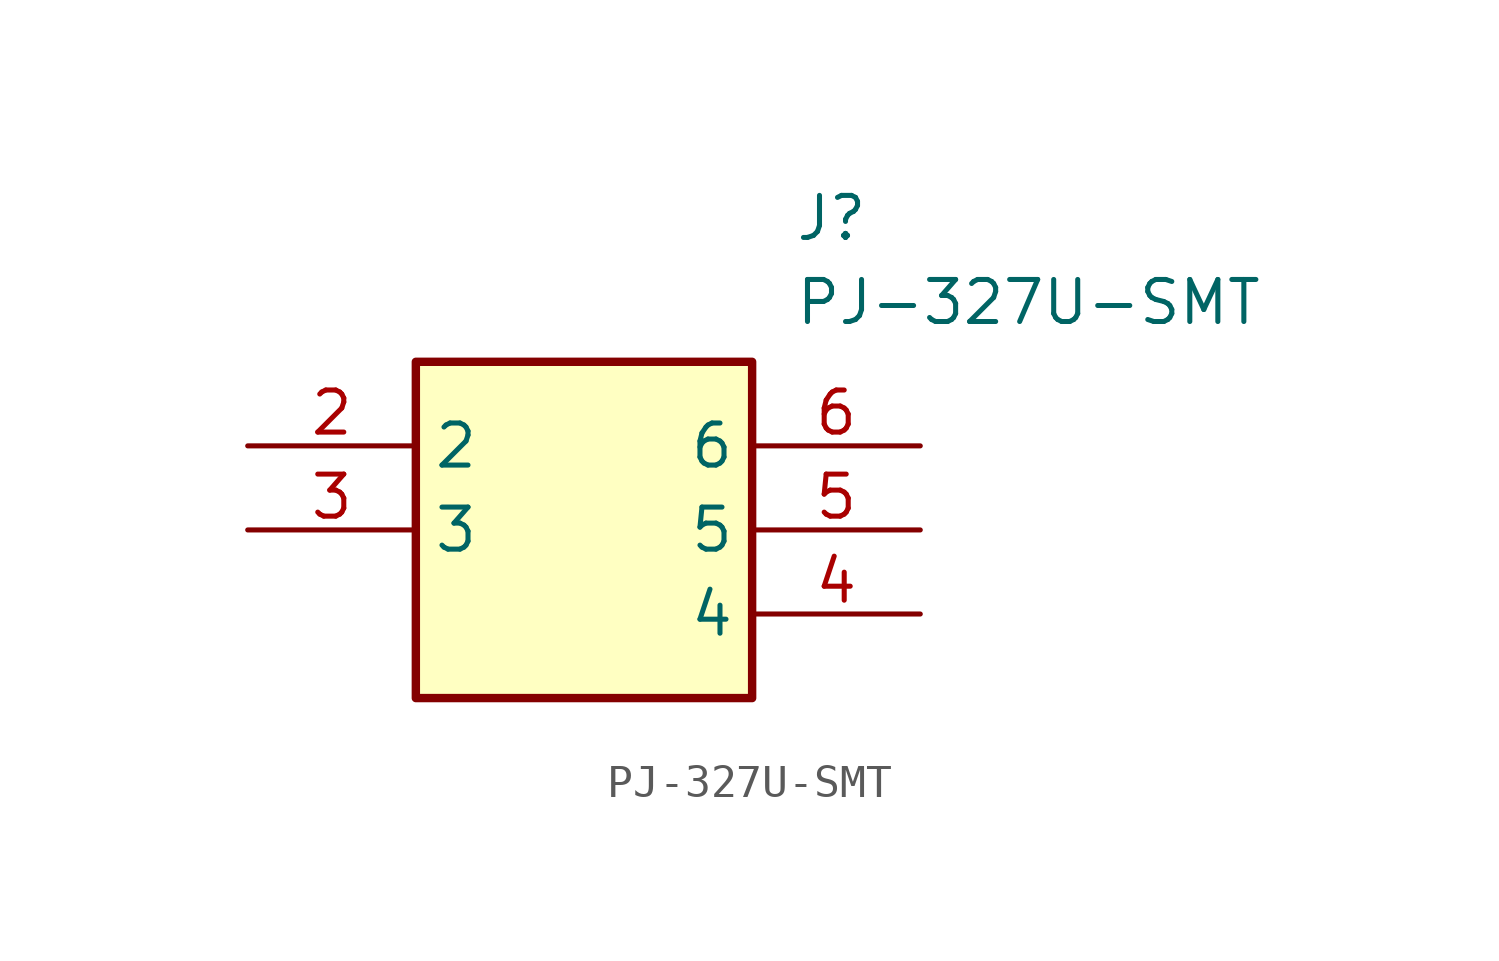
<source format=kicad_sym>
(kicad_symbol_lib
  (version 20211014)
  (generator SamacSys_ECAD_Model)
  (symbol "PJ-327U-SMT"
    (property "Reference" "J"
      (at 16.51 7.62 0)
      (effects (font (size 1.27 1.27)) (justify left top)))
    (property "Value" "PJ-327U-SMT"
      (at 16.51 5.08 0)
      (effects (font (size 1.27 1.27)) (justify left top)))
    (rectangle
      (start 5.08 2.54)
      (end 15.24 -7.62)
      (stroke (width 0.254) (type default))
      (fill (type background)))
    (pin passive line
      (at 0 0 0)
      (length 5.08)
      (name "2" (effects (font (size 1.27 1.27))))
      (number "2" (effects (font (size 1.27 1.27)))))
    (pin passive line
      (at 0 -2.54 0)
      (length 5.08)
      (name "3" (effects (font (size 1.27 1.27))))
      (number "3" (effects (font (size 1.27 1.27)))))
    (pin passive line
      (at 20.32 -5.08 180)
      (length 5.08)
      (name "4" (effects (font (size 1.27 1.27))))
      (number "4" (effects (font (size 1.27 1.27)))))
    (pin passive line
      (at 20.32 -2.54 180)
      (length 5.08)
      (name "5" (effects (font (size 1.27 1.27))))
      (number "5" (effects (font (size 1.27 1.27)))))
    (pin passive line
      (at 20.32 0 180)
      (length 5.08)
      (name "6" (effects (font (size 1.27 1.27))))
      (number "6" (effects (font (size 1.27 1.27)))))))
</source>
